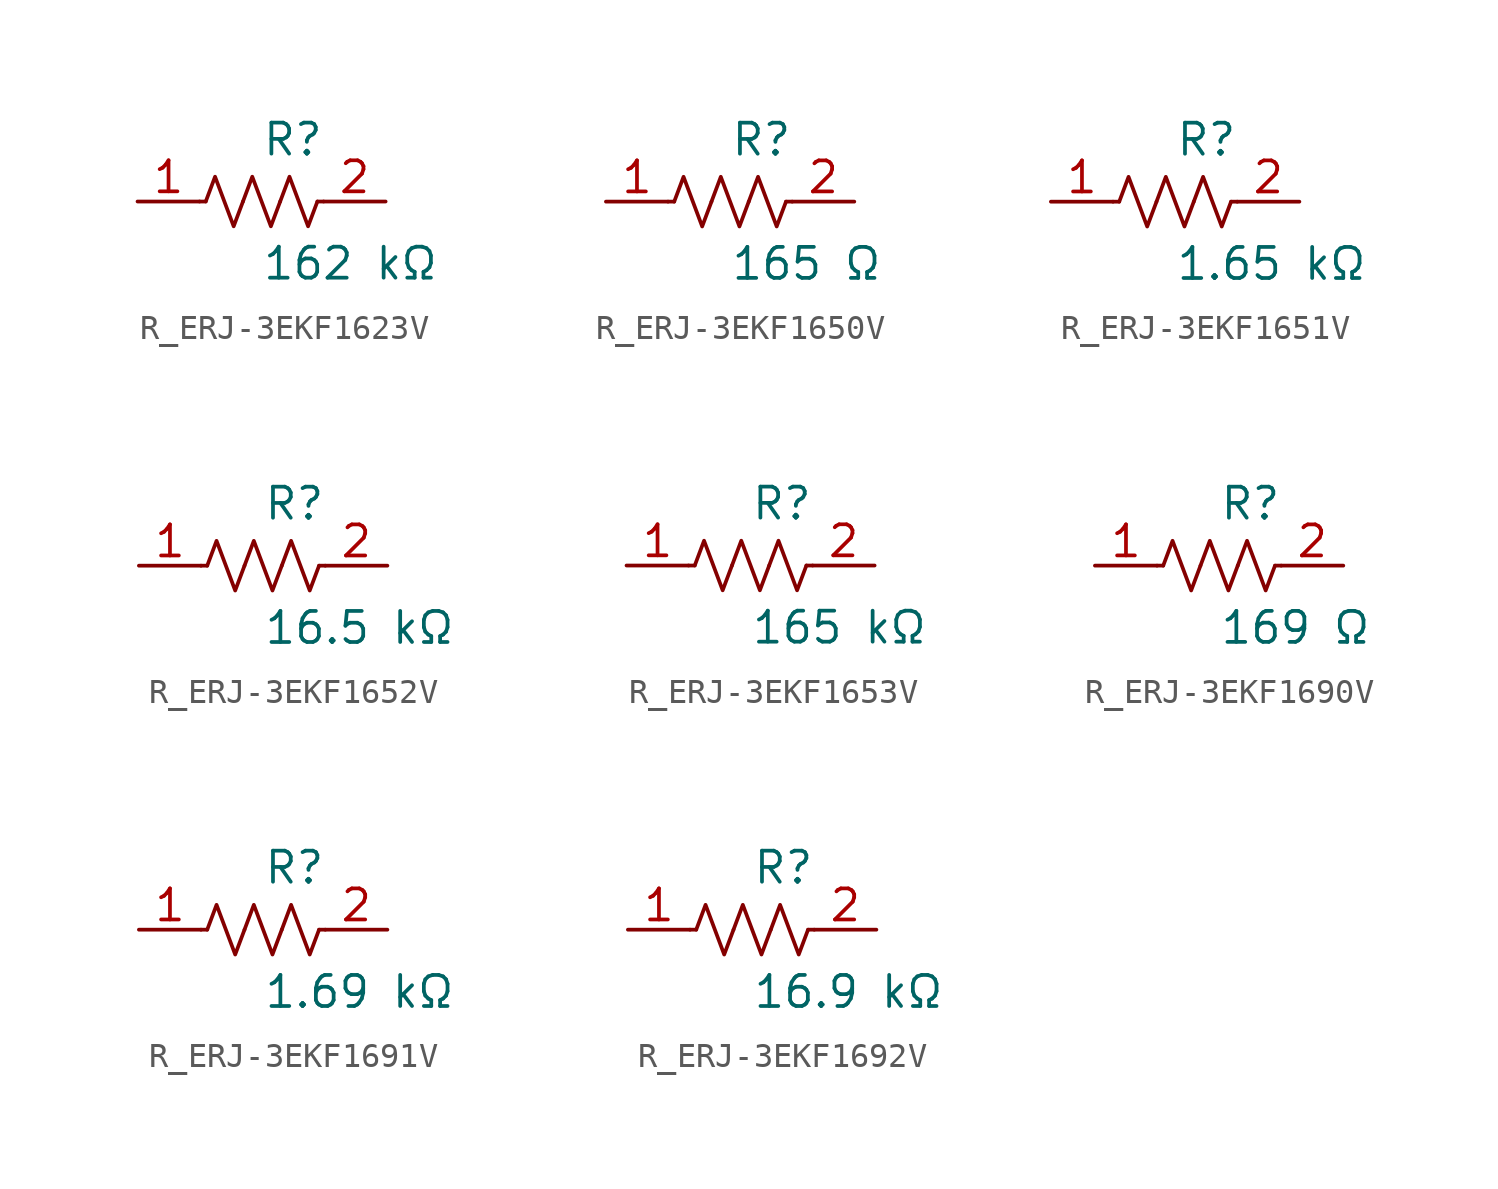
<source format=kicad_sym>
(kicad_symbol_lib
  (version 20231120)
  (generator "kicad_symbol_editor")
  (generator_version "8.0")
  (symbol "R_ERJ-3EKF1623V"
    (pin_names
      (offset 0.254))
    (property "Reference" "R"
      (at 0 2.54 0)
      (effects (font (size 1.27 1.27)) (justify left)))
    (property "Value" "162 kΩ"
      (at 0 -2.54 0)
      (effects (font (size 1.27 1.27)) (justify left)))
    (symbol "R_ERJ-3EKF1623V_0_1"
      (polyline (pts (xy 2.286 0) (xy 2.54 0)) (stroke (width 0) (type default)) (fill (type none)))
      (polyline (pts (xy -2.286 0) (xy -2.54 0)) (stroke (width 0) (type default)) (fill (type none)))
      (polyline (pts (xy 0.762 0) (xy 1.143 1.016) (xy 1.524 0) (xy 1.905 -1.016) (xy 2.286 0)) (stroke (width 0) (type default)) (fill (type none)))
      (polyline (pts (xy -0.762 0) (xy -0.381 1.016) (xy 0 0) (xy 0.381 -1.016) (xy 0.762 0)) (stroke (width 0) (type default)) (fill (type none)))
      (polyline (pts (xy -2.286 0) (xy -1.905 1.016) (xy -1.524 0) (xy -1.143 -1.016) (xy -0.762 0)) (stroke (width 0) (type default)) (fill (type none))))
    (pin unspecified line
      (at -5.08 0 0)
      (length 2.54)
      (name "" (effects (font (size 1.27 1.27))))
      (number "1" (effects (font (size 1.27 1.27)))))
    (pin unspecified line
      (at 5.08 0 180)
      (length 2.54)
      (name "" (effects (font (size 1.27 1.27))))
      (number "2" (effects (font (size 1.27 1.27))))))
  (symbol "R_ERJ-3EKF1650V"
    (pin_names
      (offset 0.254))
    (property "Reference" "R"
      (at 0 2.54 0)
      (effects (font (size 1.27 1.27)) (justify left)))
    (property "Value" "165 Ω"
      (at 0 -2.54 0)
      (effects (font (size 1.27 1.27)) (justify left)))
    (symbol "R_ERJ-3EKF1650V_0_1"
      (polyline (pts (xy 2.286 0) (xy 2.54 0)) (stroke (width 0) (type default)) (fill (type none)))
      (polyline (pts (xy -2.286 0) (xy -2.54 0)) (stroke (width 0) (type default)) (fill (type none)))
      (polyline (pts (xy 0.762 0) (xy 1.143 1.016) (xy 1.524 0) (xy 1.905 -1.016) (xy 2.286 0)) (stroke (width 0) (type default)) (fill (type none)))
      (polyline (pts (xy -0.762 0) (xy -0.381 1.016) (xy 0 0) (xy 0.381 -1.016) (xy 0.762 0)) (stroke (width 0) (type default)) (fill (type none)))
      (polyline (pts (xy -2.286 0) (xy -1.905 1.016) (xy -1.524 0) (xy -1.143 -1.016) (xy -0.762 0)) (stroke (width 0) (type default)) (fill (type none))))
    (pin unspecified line
      (at -5.08 0 0)
      (length 2.54)
      (name "" (effects (font (size 1.27 1.27))))
      (number "1" (effects (font (size 1.27 1.27)))))
    (pin unspecified line
      (at 5.08 0 180)
      (length 2.54)
      (name "" (effects (font (size 1.27 1.27))))
      (number "2" (effects (font (size 1.27 1.27))))))
  (symbol "R_ERJ-3EKF1651V"
    (pin_names
      (offset 0.254))
    (property "Reference" "R"
      (at 0 2.54 0)
      (effects (font (size 1.27 1.27)) (justify left)))
    (property "Value" "1.65 kΩ"
      (at 0 -2.54 0)
      (effects (font (size 1.27 1.27)) (justify left)))
    (symbol "R_ERJ-3EKF1651V_0_1"
      (polyline (pts (xy 2.286 0) (xy 2.54 0)) (stroke (width 0) (type default)) (fill (type none)))
      (polyline (pts (xy -2.286 0) (xy -2.54 0)) (stroke (width 0) (type default)) (fill (type none)))
      (polyline (pts (xy 0.762 0) (xy 1.143 1.016) (xy 1.524 0) (xy 1.905 -1.016) (xy 2.286 0)) (stroke (width 0) (type default)) (fill (type none)))
      (polyline (pts (xy -0.762 0) (xy -0.381 1.016) (xy 0 0) (xy 0.381 -1.016) (xy 0.762 0)) (stroke (width 0) (type default)) (fill (type none)))
      (polyline (pts (xy -2.286 0) (xy -1.905 1.016) (xy -1.524 0) (xy -1.143 -1.016) (xy -0.762 0)) (stroke (width 0) (type default)) (fill (type none))))
    (pin unspecified line
      (at -5.08 0 0)
      (length 2.54)
      (name "" (effects (font (size 1.27 1.27))))
      (number "1" (effects (font (size 1.27 1.27)))))
    (pin unspecified line
      (at 5.08 0 180)
      (length 2.54)
      (name "" (effects (font (size 1.27 1.27))))
      (number "2" (effects (font (size 1.27 1.27))))))
  (symbol "R_ERJ-3EKF1652V"
    (pin_names
      (offset 0.254))
    (property "Reference" "R"
      (at 0 2.54 0)
      (effects (font (size 1.27 1.27)) (justify left)))
    (property "Value" "16.5 kΩ"
      (at 0 -2.54 0)
      (effects (font (size 1.27 1.27)) (justify left)))
    (symbol "R_ERJ-3EKF1652V_0_1"
      (polyline (pts (xy 2.286 0) (xy 2.54 0)) (stroke (width 0) (type default)) (fill (type none)))
      (polyline (pts (xy -2.286 0) (xy -2.54 0)) (stroke (width 0) (type default)) (fill (type none)))
      (polyline (pts (xy 0.762 0) (xy 1.143 1.016) (xy 1.524 0) (xy 1.905 -1.016) (xy 2.286 0)) (stroke (width 0) (type default)) (fill (type none)))
      (polyline (pts (xy -0.762 0) (xy -0.381 1.016) (xy 0 0) (xy 0.381 -1.016) (xy 0.762 0)) (stroke (width 0) (type default)) (fill (type none)))
      (polyline (pts (xy -2.286 0) (xy -1.905 1.016) (xy -1.524 0) (xy -1.143 -1.016) (xy -0.762 0)) (stroke (width 0) (type default)) (fill (type none))))
    (pin unspecified line
      (at -5.08 0 0)
      (length 2.54)
      (name "" (effects (font (size 1.27 1.27))))
      (number "1" (effects (font (size 1.27 1.27)))))
    (pin unspecified line
      (at 5.08 0 180)
      (length 2.54)
      (name "" (effects (font (size 1.27 1.27))))
      (number "2" (effects (font (size 1.27 1.27))))))
  (symbol "R_ERJ-3EKF1653V"
    (pin_names
      (offset 0.254))
    (property "Reference" "R"
      (at 0 2.54 0)
      (effects (font (size 1.27 1.27)) (justify left)))
    (property "Value" "165 kΩ"
      (at 0 -2.54 0)
      (effects (font (size 1.27 1.27)) (justify left)))
    (symbol "R_ERJ-3EKF1653V_0_1"
      (polyline (pts (xy 2.286 0) (xy 2.54 0)) (stroke (width 0) (type default)) (fill (type none)))
      (polyline (pts (xy -2.286 0) (xy -2.54 0)) (stroke (width 0) (type default)) (fill (type none)))
      (polyline (pts (xy 0.762 0) (xy 1.143 1.016) (xy 1.524 0) (xy 1.905 -1.016) (xy 2.286 0)) (stroke (width 0) (type default)) (fill (type none)))
      (polyline (pts (xy -0.762 0) (xy -0.381 1.016) (xy 0 0) (xy 0.381 -1.016) (xy 0.762 0)) (stroke (width 0) (type default)) (fill (type none)))
      (polyline (pts (xy -2.286 0) (xy -1.905 1.016) (xy -1.524 0) (xy -1.143 -1.016) (xy -0.762 0)) (stroke (width 0) (type default)) (fill (type none))))
    (pin unspecified line
      (at -5.08 0 0)
      (length 2.54)
      (name "" (effects (font (size 1.27 1.27))))
      (number "1" (effects (font (size 1.27 1.27)))))
    (pin unspecified line
      (at 5.08 0 180)
      (length 2.54)
      (name "" (effects (font (size 1.27 1.27))))
      (number "2" (effects (font (size 1.27 1.27))))))
  (symbol "R_ERJ-3EKF1690V"
    (pin_names
      (offset 0.254))
    (property "Reference" "R"
      (at 0 2.54 0)
      (effects (font (size 1.27 1.27)) (justify left)))
    (property "Value" "169 Ω"
      (at 0 -2.54 0)
      (effects (font (size 1.27 1.27)) (justify left)))
    (symbol "R_ERJ-3EKF1690V_0_1"
      (polyline (pts (xy 2.286 0) (xy 2.54 0)) (stroke (width 0) (type default)) (fill (type none)))
      (polyline (pts (xy -2.286 0) (xy -2.54 0)) (stroke (width 0) (type default)) (fill (type none)))
      (polyline (pts (xy 0.762 0) (xy 1.143 1.016) (xy 1.524 0) (xy 1.905 -1.016) (xy 2.286 0)) (stroke (width 0) (type default)) (fill (type none)))
      (polyline (pts (xy -0.762 0) (xy -0.381 1.016) (xy 0 0) (xy 0.381 -1.016) (xy 0.762 0)) (stroke (width 0) (type default)) (fill (type none)))
      (polyline (pts (xy -2.286 0) (xy -1.905 1.016) (xy -1.524 0) (xy -1.143 -1.016) (xy -0.762 0)) (stroke (width 0) (type default)) (fill (type none))))
    (pin unspecified line
      (at -5.08 0 0)
      (length 2.54)
      (name "" (effects (font (size 1.27 1.27))))
      (number "1" (effects (font (size 1.27 1.27)))))
    (pin unspecified line
      (at 5.08 0 180)
      (length 2.54)
      (name "" (effects (font (size 1.27 1.27))))
      (number "2" (effects (font (size 1.27 1.27))))))
  (symbol "R_ERJ-3EKF1691V"
    (pin_names
      (offset 0.254))
    (property "Reference" "R"
      (at 0 2.54 0)
      (effects (font (size 1.27 1.27)) (justify left)))
    (property "Value" "1.69 kΩ"
      (at 0 -2.54 0)
      (effects (font (size 1.27 1.27)) (justify left)))
    (symbol "R_ERJ-3EKF1691V_0_1"
      (polyline (pts (xy 2.286 0) (xy 2.54 0)) (stroke (width 0) (type default)) (fill (type none)))
      (polyline (pts (xy -2.286 0) (xy -2.54 0)) (stroke (width 0) (type default)) (fill (type none)))
      (polyline (pts (xy 0.762 0) (xy 1.143 1.016) (xy 1.524 0) (xy 1.905 -1.016) (xy 2.286 0)) (stroke (width 0) (type default)) (fill (type none)))
      (polyline (pts (xy -0.762 0) (xy -0.381 1.016) (xy 0 0) (xy 0.381 -1.016) (xy 0.762 0)) (stroke (width 0) (type default)) (fill (type none)))
      (polyline (pts (xy -2.286 0) (xy -1.905 1.016) (xy -1.524 0) (xy -1.143 -1.016) (xy -0.762 0)) (stroke (width 0) (type default)) (fill (type none))))
    (pin unspecified line
      (at -5.08 0 0)
      (length 2.54)
      (name "" (effects (font (size 1.27 1.27))))
      (number "1" (effects (font (size 1.27 1.27)))))
    (pin unspecified line
      (at 5.08 0 180)
      (length 2.54)
      (name "" (effects (font (size 1.27 1.27))))
      (number "2" (effects (font (size 1.27 1.27))))))
  (symbol "R_ERJ-3EKF1692V"
    (pin_names
      (offset 0.254))
    (property "Reference" "R"
      (at 0 2.54 0)
      (effects (font (size 1.27 1.27)) (justify left)))
    (property "Value" "16.9 kΩ"
      (at 0 -2.54 0)
      (effects (font (size 1.27 1.27)) (justify left)))
    (symbol "R_ERJ-3EKF1692V_0_1"
      (polyline (pts (xy 2.286 0) (xy 2.54 0)) (stroke (width 0) (type default)) (fill (type none)))
      (polyline (pts (xy -2.286 0) (xy -2.54 0)) (stroke (width 0) (type default)) (fill (type none)))
      (polyline (pts (xy 0.762 0) (xy 1.143 1.016) (xy 1.524 0) (xy 1.905 -1.016) (xy 2.286 0)) (stroke (width 0) (type default)) (fill (type none)))
      (polyline (pts (xy -0.762 0) (xy -0.381 1.016) (xy 0 0) (xy 0.381 -1.016) (xy 0.762 0)) (stroke (width 0) (type default)) (fill (type none)))
      (polyline (pts (xy -2.286 0) (xy -1.905 1.016) (xy -1.524 0) (xy -1.143 -1.016) (xy -0.762 0)) (stroke (width 0) (type default)) (fill (type none))))
    (pin unspecified line
      (at -5.08 0 0)
      (length 2.54)
      (name "" (effects (font (size 1.27 1.27))))
      (number "1" (effects (font (size 1.27 1.27)))))
    (pin unspecified line
      (at 5.08 0 180)
      (length 2.54)
      (name "" (effects (font (size 1.27 1.27))))
      (number "2" (effects (font (size 1.27 1.27)))))))
</source>
